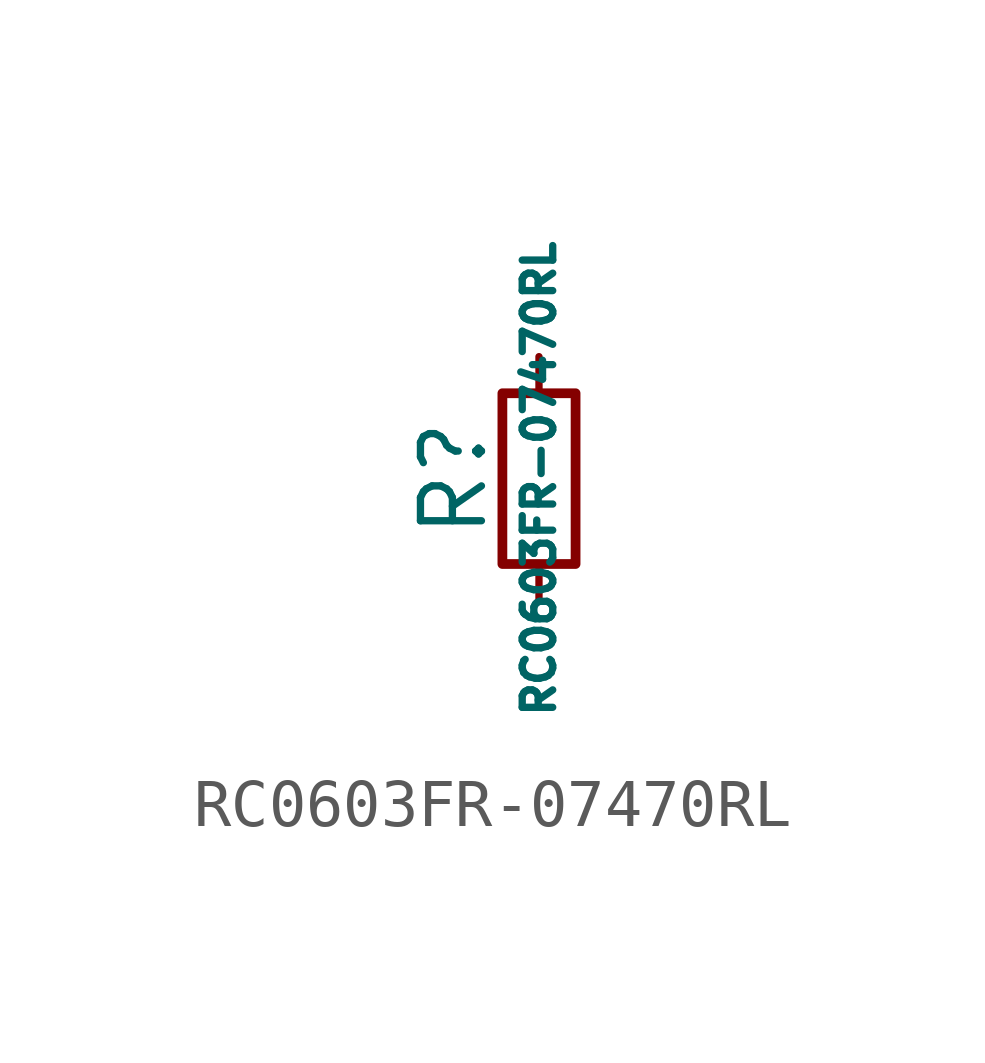
<source format=kicad_sym>
(kicad_symbol_lib
  (version 20220914)
  (generator kicad_symbol_editor)
  (symbol "RC0603FR-07470RL"
    (pin_numbers hide)
    (pin_names
      (offset 0.254) hide)
    (property "Reference" "R"
      (at -1.778 0 90)
      (effects (font (size 1.27 1.27))))
    (property "Value" "RC0603FR-07470RL"
      (at 0 0 90)
      (effects (font (size 0.635 0.635))))
    (symbol "RC0603FR-07470RL_0_1"
      (rectangle (start -0.762 1.778) (end 0.762 -1.778) (stroke (width 0.203) (type default)) (fill (type none))))
    (symbol "RC0603FR-07470RL_1_1"
      (pin passive line (at 0 2.54 270) (length 0.762) (name "~" (effects (font (size 1.27 1.27)))) (number "1" (effects (font (size 1.27 1.27)))))
      (pin passive line (at 0 -2.54 90) (length 0.762) (name "~" (effects (font (size 1.27 1.27)))) (number "2" (effects (font (size 1.27 1.27))))))))
</source>
